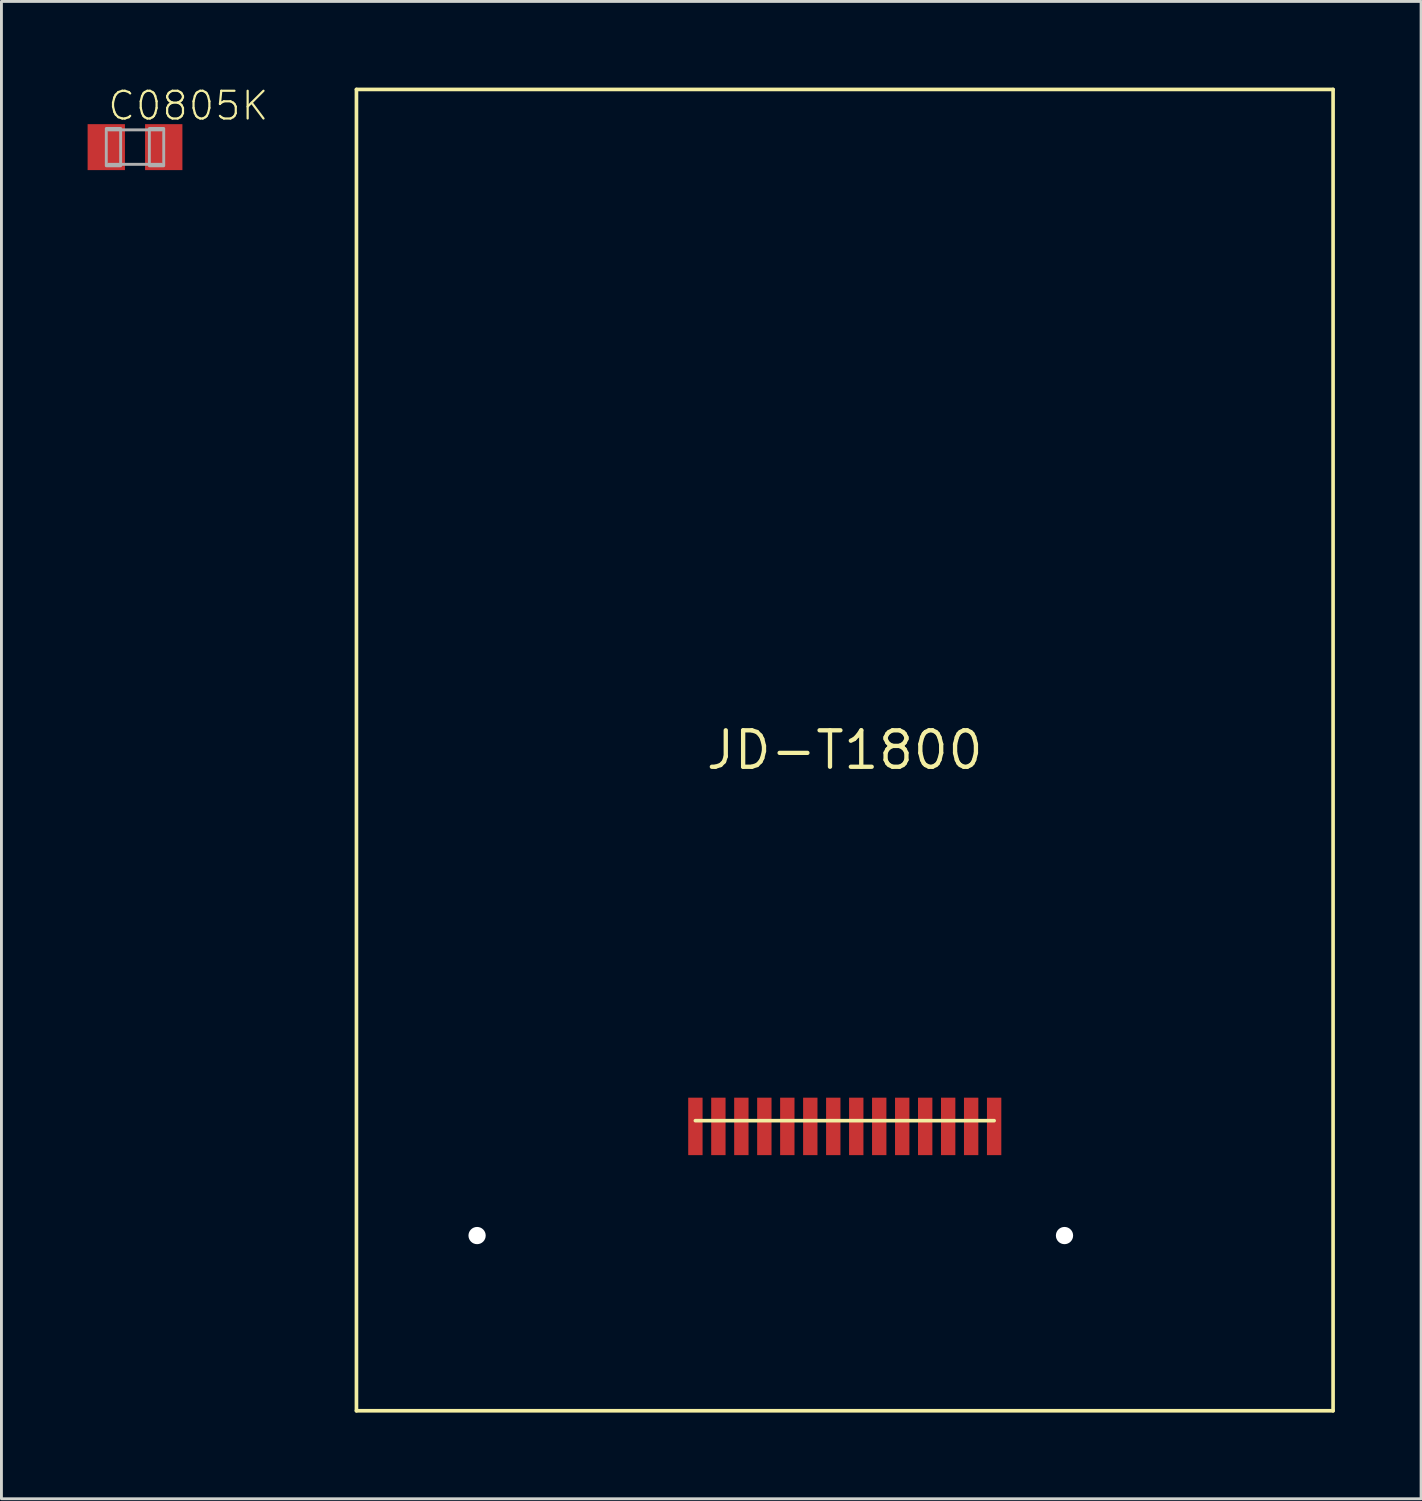
<source format=kicad_pcb>
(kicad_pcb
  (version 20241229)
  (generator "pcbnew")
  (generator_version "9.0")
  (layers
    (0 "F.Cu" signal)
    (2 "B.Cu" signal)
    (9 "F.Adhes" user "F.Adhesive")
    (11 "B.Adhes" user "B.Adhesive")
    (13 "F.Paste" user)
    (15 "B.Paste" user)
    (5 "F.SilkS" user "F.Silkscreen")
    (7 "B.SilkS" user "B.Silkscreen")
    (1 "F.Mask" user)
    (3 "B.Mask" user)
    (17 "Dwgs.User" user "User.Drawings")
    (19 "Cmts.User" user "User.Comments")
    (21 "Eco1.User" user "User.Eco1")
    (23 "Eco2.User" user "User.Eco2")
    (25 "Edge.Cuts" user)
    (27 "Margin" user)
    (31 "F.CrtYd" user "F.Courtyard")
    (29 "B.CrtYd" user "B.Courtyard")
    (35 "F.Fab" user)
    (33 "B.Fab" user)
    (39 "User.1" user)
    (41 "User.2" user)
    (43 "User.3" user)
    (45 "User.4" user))
  (footprint "C0805K"
    (layer "F.Cu")
    (at 1.65 2.072)
    (property "Reference" "C0805K" (at -1 -0.875 0) (layer "F.SilkS") (effects (font (size 0.965 0.965) (thickness 0.077)) (justify left bottom)))
    (attr through_hole)
    (fp_line (start -0.925 -0.6) (end 0.925 -0.6) (stroke (width 0.102) (type solid)) (layer "F.Fab"))
    (fp_line (start 0.925 0.6) (end -0.925 0.6) (stroke (width 0.102) (type solid)) (layer "F.Fab"))
    (fp_poly (pts (xy -1 0.65) (xy -0.5 0.65) (xy -0.5 -0.65) (xy -1 -0.65)) (stroke (width 0.1) (type solid)) (fill no) (layer "F.Fab"))
    (fp_poly (pts (xy 0.5 0.65) (xy 1 0.65) (xy 1 -0.65) (xy 0.5 -0.65)) (stroke (width 0.1) (type solid)) (fill no) (layer "F.Fab"))
    (pad "1" smd rect (at -1 0) (size 1.3 1.6) (layers "F.Cu" "F.Mask" "F.Paste"))
    (pad "2" smd rect (at 1 0) (size 1.3 1.6) (layers "F.Cu" "F.Mask" "F.Paste")))
  (footprint "JD-T1800"
    (layer "F.Cu")
    (at 26.359 23.064)
    (property "Reference" "JD-T1800" (at 0 0 0) (layer "F.SilkS") (effects (font (size 1.27 1.27) (thickness 0.15))))
    (attr through_hole)
    (fp_line (start -17 -23) (end 17 -23) (stroke (width 0.127) (type solid)) (layer "F.SilkS"))
    (fp_line (start -17 23) (end -17 -23) (stroke (width 0.127) (type solid)) (layer "F.SilkS"))
    (fp_line (start -5.2 12.9) (end 5.2 12.9) (stroke (width 0.127) (type solid)) (layer "F.SilkS"))
    (fp_line (start 17 -23) (end 17 23) (stroke (width 0.127) (type solid)) (layer "F.SilkS"))
    (fp_line (start 17 23) (end -17 23) (stroke (width 0.127) (type solid)) (layer "F.SilkS"))
    (pad "" np_thru_hole circle (at -12.8 16.9) (size 0.6 0.6) (drill 0.6) (layers "*.Cu" "*.Mask"))
    (pad "" np_thru_hole circle (at 7.65 16.9) (size 0.6 0.6) (drill 0.6) (layers "*.Cu" "*.Mask"))
    (pad "1" smd rect (at 5.2 13.1 90) (size 2 0.5) (layers "F.Cu" "F.Mask" "F.Paste"))
    (pad "2" smd rect (at 4.4 13.1 90) (size 2 0.5) (layers "F.Cu" "F.Mask" "F.Paste"))
    (pad "3" smd rect (at 3.6 13.1 90) (size 2 0.5) (layers "F.Cu" "F.Mask" "F.Paste"))
    (pad "4" smd rect (at 2.8 13.1 90) (size 2 0.5) (layers "F.Cu" "F.Mask" "F.Paste"))
    (pad "5" smd rect (at 2 13.1 90) (size 2 0.5) (layers "F.Cu" "F.Mask" "F.Paste"))
    (pad "6" smd rect (at 1.2 13.1 90) (size 2 0.5) (layers "F.Cu" "F.Mask" "F.Paste"))
    (pad "7" smd rect (at 0.4 13.1 90) (size 2 0.5) (layers "F.Cu" "F.Mask" "F.Paste"))
    (pad "8" smd rect (at -0.4 13.1 90) (size 2 0.5) (layers "F.Cu" "F.Mask" "F.Paste"))
    (pad "9" smd rect (at -1.2 13.1 90) (size 2 0.5) (layers "F.Cu" "F.Mask" "F.Paste"))
    (pad "10" smd rect (at -2 13.1 90) (size 2 0.5) (layers "F.Cu" "F.Mask" "F.Paste"))
    (pad "11" smd rect (at -2.8 13.1 90) (size 2 0.5) (layers "F.Cu" "F.Mask" "F.Paste"))
    (pad "12" smd rect (at -3.6 13.1 90) (size 2 0.5) (layers "F.Cu" "F.Mask" "F.Paste"))
    (pad "13" smd rect (at -4.4 13.1 90) (size 2 0.5) (layers "F.Cu" "F.Mask" "F.Paste"))
    (pad "14" smd rect (at -5.2 13.1 90) (size 2 0.5) (layers "F.Cu" "F.Mask" "F.Paste")))
  (gr_rect
    (start -3 -3)
    (end 46.423 49.127)
    (stroke (width 0.1) (type default))
    (fill no)
    (layer "Edge.Cuts")))
</source>
